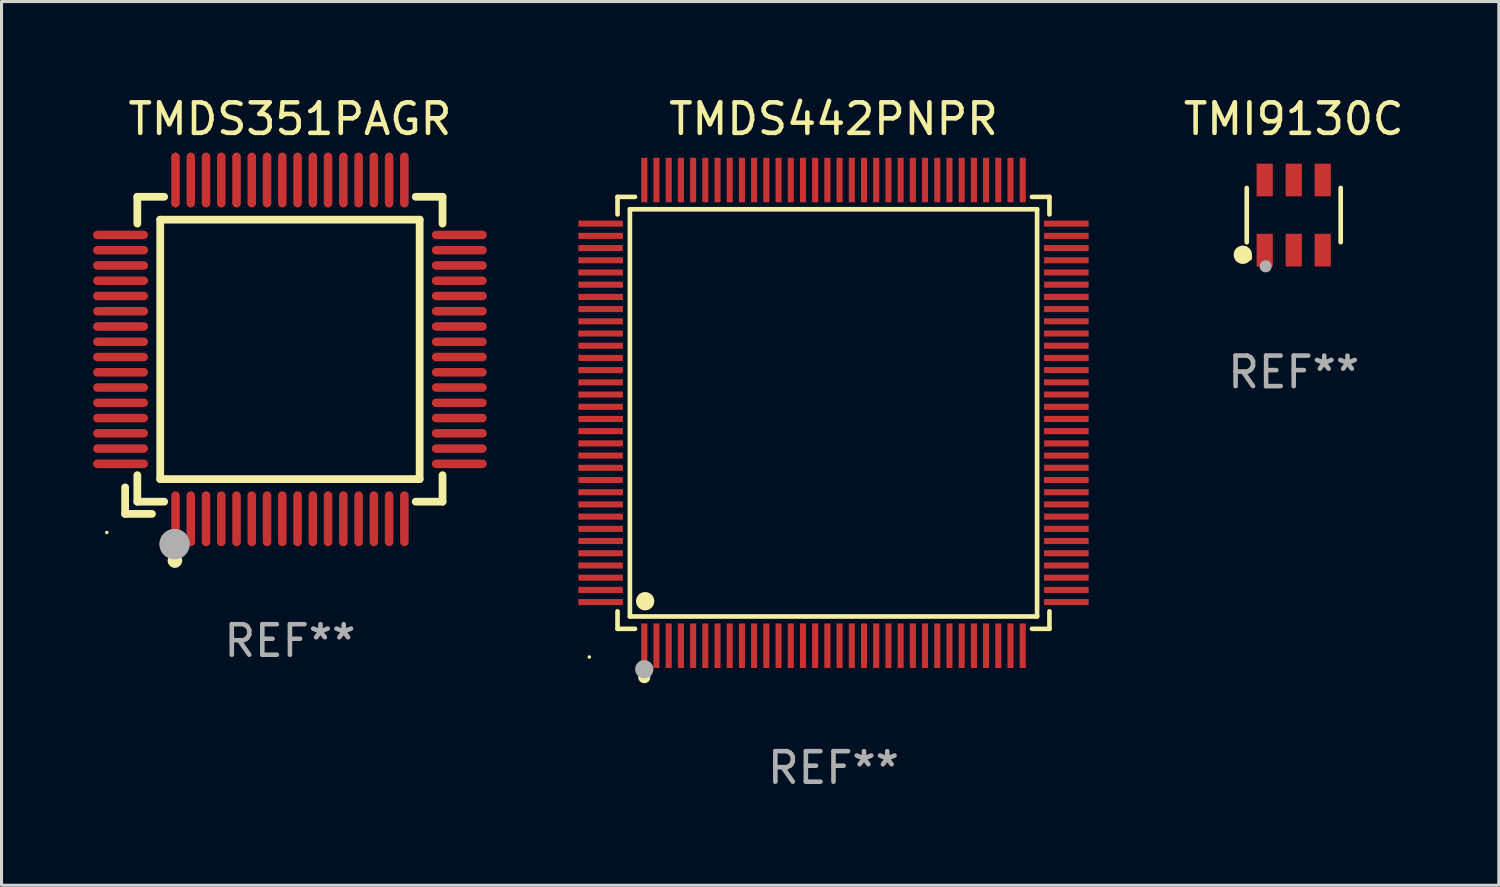
<source format=kicad_pcb>
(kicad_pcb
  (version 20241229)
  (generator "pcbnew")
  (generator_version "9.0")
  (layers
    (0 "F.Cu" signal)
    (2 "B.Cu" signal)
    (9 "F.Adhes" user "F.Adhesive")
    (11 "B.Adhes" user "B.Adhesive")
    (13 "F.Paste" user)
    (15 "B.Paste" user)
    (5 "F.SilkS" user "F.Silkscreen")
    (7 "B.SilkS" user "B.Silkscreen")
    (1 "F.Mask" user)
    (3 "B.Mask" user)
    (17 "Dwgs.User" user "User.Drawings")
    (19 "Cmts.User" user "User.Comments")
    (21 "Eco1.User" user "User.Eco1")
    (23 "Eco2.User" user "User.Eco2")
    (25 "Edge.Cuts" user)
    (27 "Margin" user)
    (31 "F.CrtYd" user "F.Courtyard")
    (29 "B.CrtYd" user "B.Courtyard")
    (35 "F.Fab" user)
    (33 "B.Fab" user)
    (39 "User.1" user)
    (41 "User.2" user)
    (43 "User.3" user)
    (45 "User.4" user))
  (footprint "TMDS351PAGR"
    (layer "F.Cu")
    (at 6.45 8.398)
    (property "Reference" "TMDS351PAGR" (at 0 -7.55 0) (layer "F.SilkS") (effects (font (size 1 1) (thickness 0.15))))
    (attr through_hole)
    (fp_line (start -5.4 4.521) (end -5.4 5.39) (stroke (width 0.254) (type solid)) (layer "F.SilkS"))
    (fp_line (start -5.4 5.39) (end -4.521 5.39) (stroke (width 0.254) (type solid)) (layer "F.SilkS"))
    (fp_line (start -5 -5) (end -5 -4.121) (stroke (width 0.254) (type solid)) (layer "F.SilkS"))
    (fp_line (start -5 4.121) (end -5 4.99) (stroke (width 0.254) (type solid)) (layer "F.SilkS"))
    (fp_line (start -5 4.99) (end -4.121 4.99) (stroke (width 0.254) (type solid)) (layer "F.SilkS"))
    (fp_line (start -4.25 -4.25) (end -4.25 4.25) (stroke (width 0.254) (type solid)) (layer "F.SilkS"))
    (fp_line (start -4.25 4.25) (end 4.25 4.25) (stroke (width 0.254) (type solid)) (layer "F.SilkS"))
    (fp_line (start -4.121 -5) (end -5 -5) (stroke (width 0.254) (type solid)) (layer "F.SilkS"))
    (fp_line (start 4.121 4.99) (end 5 4.99) (stroke (width 0.254) (type solid)) (layer "F.SilkS"))
    (fp_line (start 4.25 -4.25) (end -4.25 -4.25) (stroke (width 0.254) (type solid)) (layer "F.SilkS"))
    (fp_line (start 4.25 4.25) (end 4.25 -4.25) (stroke (width 0.254) (type solid)) (layer "F.SilkS"))
    (fp_line (start 5 -5) (end 4.121 -5) (stroke (width 0.254) (type solid)) (layer "F.SilkS"))
    (fp_line (start 5 -4.121) (end 5 -5) (stroke (width 0.254) (type solid)) (layer "F.SilkS"))
    (fp_line (start 5 4.99) (end 5 4.121) (stroke (width 0.254) (type solid)) (layer "F.SilkS"))
    (fp_circle (center -6 6) (end -5.97 6) (stroke (width 0.06) (type solid)) (fill no) (layer "F.SilkS"))
    (fp_circle (center -3.77 6.92) (end -3.65 6.92) (stroke (width 0.24) (type solid)) (fill no) (layer "F.SilkS"))
    (fp_circle (center -3.78 6.38) (end -3.53 6.38) (stroke (width 0.5) (type solid)) (fill no) (layer "F.Fab"))
    (fp_text user "REF**" (at 0 9.55 0) (layer "F.Fab") (effects (font (size 1 1) (thickness 0.15))))
    (pad "1" smd oval (at -3.75 5.55) (size 0.28 1.8) (layers "F.Cu" "F.Mask" "F.Paste"))
    (pad "2" smd oval (at -3.25 5.55) (size 0.28 1.8) (layers "F.Cu" "F.Mask" "F.Paste"))
    (pad "3" smd oval (at -2.75 5.55) (size 0.28 1.8) (layers "F.Cu" "F.Mask" "F.Paste"))
    (pad "4" smd oval (at -2.25 5.55) (size 0.28 1.8) (layers "F.Cu" "F.Mask" "F.Paste"))
    (pad "5" smd oval (at -1.75 5.55) (size 0.28 1.8) (layers "F.Cu" "F.Mask" "F.Paste"))
    (pad "6" smd oval (at -1.25 5.55) (size 0.28 1.8) (layers "F.Cu" "F.Mask" "F.Paste"))
    (pad "7" smd oval (at -0.75 5.55) (size 0.28 1.8) (layers "F.Cu" "F.Mask" "F.Paste"))
    (pad "8" smd oval (at -0.25 5.55) (size 0.28 1.8) (layers "F.Cu" "F.Mask" "F.Paste"))
    (pad "9" smd oval (at 0.25 5.55) (size 0.28 1.8) (layers "F.Cu" "F.Mask" "F.Paste"))
    (pad "10" smd oval (at 0.75 5.55) (size 0.28 1.8) (layers "F.Cu" "F.Mask" "F.Paste"))
    (pad "11" smd oval (at 1.25 5.55) (size 0.28 1.8) (layers "F.Cu" "F.Mask" "F.Paste"))
    (pad "12" smd oval (at 1.75 5.55) (size 0.28 1.8) (layers "F.Cu" "F.Mask" "F.Paste"))
    (pad "13" smd oval (at 2.25 5.55) (size 0.28 1.8) (layers "F.Cu" "F.Mask" "F.Paste"))
    (pad "14" smd oval (at 2.75 5.55) (size 0.28 1.8) (layers "F.Cu" "F.Mask" "F.Paste"))
    (pad "15" smd oval (at 3.25 5.55) (size 0.28 1.8) (layers "F.Cu" "F.Mask" "F.Paste"))
    (pad "16" smd oval (at 3.75 5.55) (size 0.28 1.8) (layers "F.Cu" "F.Mask" "F.Paste"))
    (pad "17" smd oval (at 5.55 3.75) (size 1.8 0.28) (layers "F.Cu" "F.Mask" "F.Paste"))
    (pad "18" smd oval (at 5.55 3.25) (size 1.8 0.28) (layers "F.Cu" "F.Mask" "F.Paste"))
    (pad "19" smd oval (at 5.55 2.75) (size 1.8 0.28) (layers "F.Cu" "F.Mask" "F.Paste"))
    (pad "20" smd oval (at 5.55 2.25) (size 1.8 0.28) (layers "F.Cu" "F.Mask" "F.Paste"))
    (pad "21" smd oval (at 5.55 1.75) (size 1.8 0.28) (layers "F.Cu" "F.Mask" "F.Paste"))
    (pad "22" smd oval (at 5.55 1.25) (size 1.8 0.28) (layers "F.Cu" "F.Mask" "F.Paste"))
    (pad "23" smd oval (at 5.55 0.75) (size 1.8 0.28) (layers "F.Cu" "F.Mask" "F.Paste"))
    (pad "24" smd oval (at 5.55 0.25) (size 1.8 0.28) (layers "F.Cu" "F.Mask" "F.Paste"))
    (pad "25" smd oval (at 5.55 -0.25) (size 1.8 0.28) (layers "F.Cu" "F.Mask" "F.Paste"))
    (pad "26" smd oval (at 5.55 -0.75) (size 1.8 0.28) (layers "F.Cu" "F.Mask" "F.Paste"))
    (pad "27" smd oval (at 5.55 -1.25) (size 1.8 0.28) (layers "F.Cu" "F.Mask" "F.Paste"))
    (pad "28" smd oval (at 5.55 -1.75) (size 1.8 0.28) (layers "F.Cu" "F.Mask" "F.Paste"))
    (pad "29" smd oval (at 5.55 -2.25) (size 1.8 0.28) (layers "F.Cu" "F.Mask" "F.Paste"))
    (pad "30" smd oval (at 5.55 -2.75) (size 1.8 0.28) (layers "F.Cu" "F.Mask" "F.Paste"))
    (pad "31" smd oval (at 5.55 -3.25) (size 1.8 0.28) (layers "F.Cu" "F.Mask" "F.Paste"))
    (pad "32" smd oval (at 5.55 -3.75) (size 1.8 0.28) (layers "F.Cu" "F.Mask" "F.Paste"))
    (pad "33" smd oval (at 3.75 -5.55) (size 0.28 1.8) (layers "F.Cu" "F.Mask" "F.Paste"))
    (pad "34" smd oval (at 3.25 -5.55) (size 0.28 1.8) (layers "F.Cu" "F.Mask" "F.Paste"))
    (pad "35" smd oval (at 2.75 -5.55) (size 0.28 1.8) (layers "F.Cu" "F.Mask" "F.Paste"))
    (pad "36" smd oval (at 2.25 -5.55) (size 0.28 1.8) (layers "F.Cu" "F.Mask" "F.Paste"))
    (pad "37" smd oval (at 1.75 -5.55) (size 0.28 1.8) (layers "F.Cu" "F.Mask" "F.Paste"))
    (pad "38" smd oval (at 1.25 -5.55) (size 0.28 1.8) (layers "F.Cu" "F.Mask" "F.Paste"))
    (pad "39" smd oval (at 0.75 -5.55) (size 0.28 1.8) (layers "F.Cu" "F.Mask" "F.Paste"))
    (pad "40" smd oval (at 0.25 -5.55) (size 0.28 1.8) (layers "F.Cu" "F.Mask" "F.Paste"))
    (pad "41" smd oval (at -0.25 -5.55) (size 0.28 1.8) (layers "F.Cu" "F.Mask" "F.Paste"))
    (pad "42" smd oval (at -0.75 -5.55) (size 0.28 1.8) (layers "F.Cu" "F.Mask" "F.Paste"))
    (pad "43" smd oval (at -1.25 -5.55) (size 0.28 1.8) (layers "F.Cu" "F.Mask" "F.Paste"))
    (pad "44" smd oval (at -1.75 -5.55) (size 0.28 1.8) (layers "F.Cu" "F.Mask" "F.Paste"))
    (pad "45" smd oval (at -2.25 -5.55) (size 0.28 1.8) (layers "F.Cu" "F.Mask" "F.Paste"))
    (pad "46" smd oval (at -2.75 -5.55) (size 0.28 1.8) (layers "F.Cu" "F.Mask" "F.Paste"))
    (pad "47" smd oval (at -3.25 -5.55) (size 0.28 1.8) (layers "F.Cu" "F.Mask" "F.Paste"))
    (pad "48" smd oval (at -3.75 -5.55) (size 0.28 1.8) (layers "F.Cu" "F.Mask" "F.Paste"))
    (pad "49" smd oval (at -5.55 -3.75) (size 1.8 0.28) (layers "F.Cu" "F.Mask" "F.Paste"))
    (pad "50" smd oval (at -5.55 -3.25) (size 1.8 0.28) (layers "F.Cu" "F.Mask" "F.Paste"))
    (pad "51" smd oval (at -5.55 -2.75) (size 1.8 0.28) (layers "F.Cu" "F.Mask" "F.Paste"))
    (pad "52" smd oval (at -5.55 -2.25) (size 1.8 0.28) (layers "F.Cu" "F.Mask" "F.Paste"))
    (pad "53" smd oval (at -5.55 -1.75) (size 1.8 0.28) (layers "F.Cu" "F.Mask" "F.Paste"))
    (pad "54" smd oval (at -5.55 -1.25) (size 1.8 0.28) (layers "F.Cu" "F.Mask" "F.Paste"))
    (pad "55" smd oval (at -5.55 -0.75) (size 1.8 0.28) (layers "F.Cu" "F.Mask" "F.Paste"))
    (pad "56" smd oval (at -5.55 -0.25) (size 1.8 0.28) (layers "F.Cu" "F.Mask" "F.Paste"))
    (pad "57" smd oval (at -5.55 0.25) (size 1.8 0.28) (layers "F.Cu" "F.Mask" "F.Paste"))
    (pad "58" smd oval (at -5.55 0.75) (size 1.8 0.28) (layers "F.Cu" "F.Mask" "F.Paste"))
    (pad "59" smd oval (at -5.55 1.25) (size 1.8 0.28) (layers "F.Cu" "F.Mask" "F.Paste"))
    (pad "60" smd oval (at -5.55 1.75) (size 1.8 0.28) (layers "F.Cu" "F.Mask" "F.Paste"))
    (pad "61" smd oval (at -5.55 2.25) (size 1.8 0.28) (layers "F.Cu" "F.Mask" "F.Paste"))
    (pad "62" smd oval (at -5.55 2.75) (size 1.8 0.28) (layers "F.Cu" "F.Mask" "F.Paste"))
    (pad "63" smd oval (at -5.55 3.25) (size 1.8 0.28) (layers "F.Cu" "F.Mask" "F.Paste"))
    (pad "64" smd oval (at -5.55 3.75) (size 1.8 0.28) (layers "F.Cu" "F.Mask" "F.Paste")))
  (footprint "TMDS442PNPR"
    (layer "F.Cu")
    (at 24.26 10.478)
    (property "Reference" "TMDS442PNPR" (at 0 -9.63 0) (layer "F.SilkS") (effects (font (size 1 1) (thickness 0.15))))
    (attr through_hole)
    (fp_line (start -7.076 -7.076) (end -6.503 -7.076) (stroke (width 0.152) (type solid)) (layer "F.SilkS"))
    (fp_line (start -7.076 -6.503) (end -7.076 -7.076) (stroke (width 0.152) (type solid)) (layer "F.SilkS"))
    (fp_line (start -7.076 6.503) (end -7.076 7.076) (stroke (width 0.152) (type solid)) (layer "F.SilkS"))
    (fp_line (start -7.076 7.076) (end -6.503 7.076) (stroke (width 0.152) (type solid)) (layer "F.SilkS"))
    (fp_line (start -6.671 -6.671) (end 6.671 -6.671) (stroke (width 0.152) (type solid)) (layer "F.SilkS"))
    (fp_line (start -6.671 6.671) (end -6.671 -6.671) (stroke (width 0.152) (type solid)) (layer "F.SilkS"))
    (fp_line (start 6.671 -6.671) (end 6.671 6.671) (stroke (width 0.152) (type solid)) (layer "F.SilkS"))
    (fp_line (start 6.671 6.671) (end -6.671 6.671) (stroke (width 0.152) (type solid)) (layer "F.SilkS"))
    (fp_line (start 7.076 -7.076) (end 6.503 -7.076) (stroke (width 0.152) (type solid)) (layer "F.SilkS"))
    (fp_line (start 7.076 -6.503) (end 7.076 -7.076) (stroke (width 0.152) (type solid)) (layer "F.SilkS"))
    (fp_line (start 7.076 6.503) (end 7.076 7.076) (stroke (width 0.152) (type solid)) (layer "F.SilkS"))
    (fp_line (start 7.076 7.076) (end 6.503 7.076) (stroke (width 0.152) (type solid)) (layer "F.SilkS"))
    (fp_circle (center -8 8) (end -7.97 8) (stroke (width 0.06) (type solid)) (fill no) (layer "F.SilkS"))
    (fp_circle (center -6.2 8.66) (end -6.1 8.66) (stroke (width 0.2) (type solid)) (fill no) (layer "F.SilkS"))
    (fp_circle (center -6.171 6.171) (end -6.021 6.171) (stroke (width 0.3) (type solid)) (fill no) (layer "F.SilkS"))
    (fp_circle (center -6.2 8.4) (end -6.05 8.4) (stroke (width 0.3) (type solid)) (fill no) (layer "F.Fab"))
    (fp_text user "REF**" (at 0 11.63 0) (layer "F.Fab") (effects (font (size 1 1) (thickness 0.15))))
    (pad "1" smd rect (at -6.2 7.63) (size 0.2 1.46) (layers "F.Cu" "F.Mask" "F.Paste"))
    (pad "2" smd rect (at -5.8 7.63) (size 0.2 1.46) (layers "F.Cu" "F.Mask" "F.Paste"))
    (pad "3" smd rect (at -5.4 7.63) (size 0.2 1.46) (layers "F.Cu" "F.Mask" "F.Paste"))
    (pad "4" smd rect (at -5 7.63) (size 0.2 1.46) (layers "F.Cu" "F.Mask" "F.Paste"))
    (pad "5" smd rect (at -4.6 7.63) (size 0.2 1.46) (layers "F.Cu" "F.Mask" "F.Paste"))
    (pad "6" smd rect (at -4.2 7.63) (size 0.2 1.46) (layers "F.Cu" "F.Mask" "F.Paste"))
    (pad "7" smd rect (at -3.8 7.63) (size 0.2 1.46) (layers "F.Cu" "F.Mask" "F.Paste"))
    (pad "8" smd rect (at -3.4 7.63) (size 0.2 1.46) (layers "F.Cu" "F.Mask" "F.Paste"))
    (pad "9" smd rect (at -3 7.63) (size 0.2 1.46) (layers "F.Cu" "F.Mask" "F.Paste"))
    (pad "10" smd rect (at -2.6 7.63) (size 0.2 1.46) (layers "F.Cu" "F.Mask" "F.Paste"))
    (pad "11" smd rect (at -2.2 7.63) (size 0.2 1.46) (layers "F.Cu" "F.Mask" "F.Paste"))
    (pad "12" smd rect (at -1.8 7.63) (size 0.2 1.46) (layers "F.Cu" "F.Mask" "F.Paste"))
    (pad "13" smd rect (at -1.4 7.63) (size 0.2 1.46) (layers "F.Cu" "F.Mask" "F.Paste"))
    (pad "14" smd rect (at -1 7.63) (size 0.2 1.46) (layers "F.Cu" "F.Mask" "F.Paste"))
    (pad "15" smd rect (at -0.6 7.63) (size 0.2 1.46) (layers "F.Cu" "F.Mask" "F.Paste"))
    (pad "16" smd rect (at -0.2 7.63) (size 0.2 1.46) (layers "F.Cu" "F.Mask" "F.Paste"))
    (pad "17" smd rect (at 0.2 7.63) (size 0.2 1.46) (layers "F.Cu" "F.Mask" "F.Paste"))
    (pad "18" smd rect (at 0.6 7.63) (size 0.2 1.46) (layers "F.Cu" "F.Mask" "F.Paste"))
    (pad "19" smd rect (at 1 7.63) (size 0.2 1.46) (layers "F.Cu" "F.Mask" "F.Paste"))
    (pad "20" smd rect (at 1.4 7.63) (size 0.2 1.46) (layers "F.Cu" "F.Mask" "F.Paste"))
    (pad "21" smd rect (at 1.8 7.63) (size 0.2 1.46) (layers "F.Cu" "F.Mask" "F.Paste"))
    (pad "22" smd rect (at 2.2 7.63) (size 0.2 1.46) (layers "F.Cu" "F.Mask" "F.Paste"))
    (pad "23" smd rect (at 2.6 7.63) (size 0.2 1.46) (layers "F.Cu" "F.Mask" "F.Paste"))
    (pad "24" smd rect (at 3 7.63) (size 0.2 1.46) (layers "F.Cu" "F.Mask" "F.Paste"))
    (pad "25" smd rect (at 3.4 7.63) (size 0.2 1.46) (layers "F.Cu" "F.Mask" "F.Paste"))
    (pad "26" smd rect (at 3.8 7.63) (size 0.2 1.46) (layers "F.Cu" "F.Mask" "F.Paste"))
    (pad "27" smd rect (at 4.2 7.63) (size 0.2 1.46) (layers "F.Cu" "F.Mask" "F.Paste"))
    (pad "28" smd rect (at 4.6 7.63) (size 0.2 1.46) (layers "F.Cu" "F.Mask" "F.Paste"))
    (pad "29" smd rect (at 5 7.63) (size 0.2 1.46) (layers "F.Cu" "F.Mask" "F.Paste"))
    (pad "30" smd rect (at 5.4 7.63) (size 0.2 1.46) (layers "F.Cu" "F.Mask" "F.Paste"))
    (pad "31" smd rect (at 5.8 7.63) (size 0.2 1.46) (layers "F.Cu" "F.Mask" "F.Paste"))
    (pad "32" smd rect (at 6.2 7.63) (size 0.2 1.46) (layers "F.Cu" "F.Mask" "F.Paste"))
    (pad "33" smd rect (at 7.63 6.2) (size 1.46 0.2) (layers "F.Cu" "F.Mask" "F.Paste"))
    (pad "34" smd rect (at 7.63 5.8) (size 1.46 0.2) (layers "F.Cu" "F.Mask" "F.Paste"))
    (pad "35" smd rect (at 7.63 5.4) (size 1.46 0.2) (layers "F.Cu" "F.Mask" "F.Paste"))
    (pad "36" smd rect (at 7.63 5) (size 1.46 0.2) (layers "F.Cu" "F.Mask" "F.Paste"))
    (pad "37" smd rect (at 7.63 4.6) (size 1.46 0.2) (layers "F.Cu" "F.Mask" "F.Paste"))
    (pad "38" smd rect (at 7.63 4.2) (size 1.46 0.2) (layers "F.Cu" "F.Mask" "F.Paste"))
    (pad "39" smd rect (at 7.63 3.8) (size 1.46 0.2) (layers "F.Cu" "F.Mask" "F.Paste"))
    (pad "40" smd rect (at 7.63 3.4) (size 1.46 0.2) (layers "F.Cu" "F.Mask" "F.Paste"))
    (pad "41" smd rect (at 7.63 3) (size 1.46 0.2) (layers "F.Cu" "F.Mask" "F.Paste"))
    (pad "42" smd rect (at 7.63 2.6) (size 1.46 0.2) (layers "F.Cu" "F.Mask" "F.Paste"))
    (pad "43" smd rect (at 7.63 2.2) (size 1.46 0.2) (layers "F.Cu" "F.Mask" "F.Paste"))
    (pad "44" smd rect (at 7.63 1.8) (size 1.46 0.2) (layers "F.Cu" "F.Mask" "F.Paste"))
    (pad "45" smd rect (at 7.63 1.4) (size 1.46 0.2) (layers "F.Cu" "F.Mask" "F.Paste"))
    (pad "46" smd rect (at 7.63 1) (size 1.46 0.2) (layers "F.Cu" "F.Mask" "F.Paste"))
    (pad "47" smd rect (at 7.63 0.6) (size 1.46 0.2) (layers "F.Cu" "F.Mask" "F.Paste"))
    (pad "48" smd rect (at 7.63 0.2) (size 1.46 0.2) (layers "F.Cu" "F.Mask" "F.Paste"))
    (pad "49" smd rect (at 7.63 -0.2) (size 1.46 0.2) (layers "F.Cu" "F.Mask" "F.Paste"))
    (pad "50" smd rect (at 7.63 -0.6) (size 1.46 0.2) (layers "F.Cu" "F.Mask" "F.Paste"))
    (pad "51" smd rect (at 7.63 -1) (size 1.46 0.2) (layers "F.Cu" "F.Mask" "F.Paste"))
    (pad "52" smd rect (at 7.63 -1.4) (size 1.46 0.2) (layers "F.Cu" "F.Mask" "F.Paste"))
    (pad "53" smd rect (at 7.63 -1.8) (size 1.46 0.2) (layers "F.Cu" "F.Mask" "F.Paste"))
    (pad "54" smd rect (at 7.63 -2.2) (size 1.46 0.2) (layers "F.Cu" "F.Mask" "F.Paste"))
    (pad "55" smd rect (at 7.63 -2.6) (size 1.46 0.2) (layers "F.Cu" "F.Mask" "F.Paste"))
    (pad "56" smd rect (at 7.63 -3) (size 1.46 0.2) (layers "F.Cu" "F.Mask" "F.Paste"))
    (pad "57" smd rect (at 7.63 -3.4) (size 1.46 0.2) (layers "F.Cu" "F.Mask" "F.Paste"))
    (pad "58" smd rect (at 7.63 -3.8) (size 1.46 0.2) (layers "F.Cu" "F.Mask" "F.Paste"))
    (pad "59" smd rect (at 7.63 -4.2) (size 1.46 0.2) (layers "F.Cu" "F.Mask" "F.Paste"))
    (pad "60" smd rect (at 7.63 -4.6) (size 1.46 0.2) (layers "F.Cu" "F.Mask" "F.Paste"))
    (pad "61" smd rect (at 7.63 -5) (size 1.46 0.2) (layers "F.Cu" "F.Mask" "F.Paste"))
    (pad "62" smd rect (at 7.63 -5.4) (size 1.46 0.2) (layers "F.Cu" "F.Mask" "F.Paste"))
    (pad "63" smd rect (at 7.63 -5.8) (size 1.46 0.2) (layers "F.Cu" "F.Mask" "F.Paste"))
    (pad "64" smd rect (at 7.63 -6.2) (size 1.46 0.2) (layers "F.Cu" "F.Mask" "F.Paste"))
    (pad "65" smd rect (at 6.2 -7.63) (size 0.2 1.46) (layers "F.Cu" "F.Mask" "F.Paste"))
    (pad "66" smd rect (at 5.8 -7.63) (size 0.2 1.46) (layers "F.Cu" "F.Mask" "F.Paste"))
    (pad "67" smd rect (at 5.4 -7.63) (size 0.2 1.46) (layers "F.Cu" "F.Mask" "F.Paste"))
    (pad "68" smd rect (at 5 -7.63) (size 0.2 1.46) (layers "F.Cu" "F.Mask" "F.Paste"))
    (pad "69" smd rect (at 4.6 -7.63) (size 0.2 1.46) (layers "F.Cu" "F.Mask" "F.Paste"))
    (pad "70" smd rect (at 4.2 -7.63) (size 0.2 1.46) (layers "F.Cu" "F.Mask" "F.Paste"))
    (pad "71" smd rect (at 3.8 -7.63) (size 0.2 1.46) (layers "F.Cu" "F.Mask" "F.Paste"))
    (pad "72" smd rect (at 3.4 -7.63) (size 0.2 1.46) (layers "F.Cu" "F.Mask" "F.Paste"))
    (pad "73" smd rect (at 3 -7.63) (size 0.2 1.46) (layers "F.Cu" "F.Mask" "F.Paste"))
    (pad "74" smd rect (at 2.6 -7.63) (size 0.2 1.46) (layers "F.Cu" "F.Mask" "F.Paste"))
    (pad "75" smd rect (at 2.2 -7.63) (size 0.2 1.46) (layers "F.Cu" "F.Mask" "F.Paste"))
    (pad "76" smd rect (at 1.8 -7.63) (size 0.2 1.46) (layers "F.Cu" "F.Mask" "F.Paste"))
    (pad "77" smd rect (at 1.4 -7.63) (size 0.2 1.46) (layers "F.Cu" "F.Mask" "F.Paste"))
    (pad "78" smd rect (at 1 -7.63) (size 0.2 1.46) (layers "F.Cu" "F.Mask" "F.Paste"))
    (pad "79" smd rect (at 0.6 -7.63) (size 0.2 1.46) (layers "F.Cu" "F.Mask" "F.Paste"))
    (pad "80" smd rect (at 0.2 -7.63) (size 0.2 1.46) (layers "F.Cu" "F.Mask" "F.Paste"))
    (pad "81" smd rect (at -0.2 -7.63) (size 0.2 1.46) (layers "F.Cu" "F.Mask" "F.Paste"))
    (pad "82" smd rect (at -0.6 -7.63) (size 0.2 1.46) (layers "F.Cu" "F.Mask" "F.Paste"))
    (pad "83" smd rect (at -1 -7.63) (size 0.2 1.46) (layers "F.Cu" "F.Mask" "F.Paste"))
    (pad "84" smd rect (at -1.4 -7.63) (size 0.2 1.46) (layers "F.Cu" "F.Mask" "F.Paste"))
    (pad "85" smd rect (at -1.8 -7.63) (size 0.2 1.46) (layers "F.Cu" "F.Mask" "F.Paste"))
    (pad "86" smd rect (at -2.2 -7.63) (size 0.2 1.46) (layers "F.Cu" "F.Mask" "F.Paste"))
    (pad "87" smd rect (at -2.6 -7.63) (size 0.2 1.46) (layers "F.Cu" "F.Mask" "F.Paste"))
    (pad "88" smd rect (at -3 -7.63) (size 0.2 1.46) (layers "F.Cu" "F.Mask" "F.Paste"))
    (pad "89" smd rect (at -3.4 -7.63) (size 0.2 1.46) (layers "F.Cu" "F.Mask" "F.Paste"))
    (pad "90" smd rect (at -3.8 -7.63) (size 0.2 1.46) (layers "F.Cu" "F.Mask" "F.Paste"))
    (pad "91" smd rect (at -4.2 -7.63) (size 0.2 1.46) (layers "F.Cu" "F.Mask" "F.Paste"))
    (pad "92" smd rect (at -4.6 -7.63) (size 0.2 1.46) (layers "F.Cu" "F.Mask" "F.Paste"))
    (pad "93" smd rect (at -5 -7.63) (size 0.2 1.46) (layers "F.Cu" "F.Mask" "F.Paste"))
    (pad "94" smd rect (at -5.4 -7.63) (size 0.2 1.46) (layers "F.Cu" "F.Mask" "F.Paste"))
    (pad "95" smd rect (at -5.8 -7.63) (size 0.2 1.46) (layers "F.Cu" "F.Mask" "F.Paste"))
    (pad "96" smd rect (at -6.2 -7.63) (size 0.2 1.46) (layers "F.Cu" "F.Mask" "F.Paste"))
    (pad "97" smd rect (at -7.63 -6.2) (size 1.46 0.2) (layers "F.Cu" "F.Mask" "F.Paste"))
    (pad "98" smd rect (at -7.63 -5.8) (size 1.46 0.2) (layers "F.Cu" "F.Mask" "F.Paste"))
    (pad "99" smd rect (at -7.63 -5.4) (size 1.46 0.2) (layers "F.Cu" "F.Mask" "F.Paste"))
    (pad "100" smd rect (at -7.63 -5) (size 1.46 0.2) (layers "F.Cu" "F.Mask" "F.Paste"))
    (pad "101" smd rect (at -7.63 -4.6) (size 1.46 0.2) (layers "F.Cu" "F.Mask" "F.Paste"))
    (pad "102" smd rect (at -7.63 -4.2) (size 1.46 0.2) (layers "F.Cu" "F.Mask" "F.Paste"))
    (pad "103" smd rect (at -7.63 -3.8) (size 1.46 0.2) (layers "F.Cu" "F.Mask" "F.Paste"))
    (pad "104" smd rect (at -7.63 -3.4) (size 1.46 0.2) (layers "F.Cu" "F.Mask" "F.Paste"))
    (pad "105" smd rect (at -7.63 -3) (size 1.46 0.2) (layers "F.Cu" "F.Mask" "F.Paste"))
    (pad "106" smd rect (at -7.63 -2.6) (size 1.46 0.2) (layers "F.Cu" "F.Mask" "F.Paste"))
    (pad "107" smd rect (at -7.63 -2.2) (size 1.46 0.2) (layers "F.Cu" "F.Mask" "F.Paste"))
    (pad "108" smd rect (at -7.63 -1.8) (size 1.46 0.2) (layers "F.Cu" "F.Mask" "F.Paste"))
    (pad "109" smd rect (at -7.63 -1.4) (size 1.46 0.2) (layers "F.Cu" "F.Mask" "F.Paste"))
    (pad "110" smd rect (at -7.63 -1) (size 1.46 0.2) (layers "F.Cu" "F.Mask" "F.Paste"))
    (pad "111" smd rect (at -7.63 -0.6) (size 1.46 0.2) (layers "F.Cu" "F.Mask" "F.Paste"))
    (pad "112" smd rect (at -7.63 -0.2) (size 1.46 0.2) (layers "F.Cu" "F.Mask" "F.Paste"))
    (pad "113" smd rect (at -7.63 0.2) (size 1.46 0.2) (layers "F.Cu" "F.Mask" "F.Paste"))
    (pad "114" smd rect (at -7.63 0.6) (size 1.46 0.2) (layers "F.Cu" "F.Mask" "F.Paste"))
    (pad "115" smd rect (at -7.63 1) (size 1.46 0.2) (layers "F.Cu" "F.Mask" "F.Paste"))
    (pad "116" smd rect (at -7.63 1.4) (size 1.46 0.2) (layers "F.Cu" "F.Mask" "F.Paste"))
    (pad "117" smd rect (at -7.63 1.8) (size 1.46 0.2) (layers "F.Cu" "F.Mask" "F.Paste"))
    (pad "118" smd rect (at -7.63 2.2) (size 1.46 0.2) (layers "F.Cu" "F.Mask" "F.Paste"))
    (pad "119" smd rect (at -7.63 2.6) (size 1.46 0.2) (layers "F.Cu" "F.Mask" "F.Paste"))
    (pad "120" smd rect (at -7.63 3) (size 1.46 0.2) (layers "F.Cu" "F.Mask" "F.Paste"))
    (pad "121" smd rect (at -7.63 3.4) (size 1.46 0.2) (layers "F.Cu" "F.Mask" "F.Paste"))
    (pad "122" smd rect (at -7.63 3.8) (size 1.46 0.2) (layers "F.Cu" "F.Mask" "F.Paste"))
    (pad "123" smd rect (at -7.63 4.2) (size 1.46 0.2) (layers "F.Cu" "F.Mask" "F.Paste"))
    (pad "124" smd rect (at -7.63 4.6) (size 1.46 0.2) (layers "F.Cu" "F.Mask" "F.Paste"))
    (pad "125" smd rect (at -7.63 5) (size 1.46 0.2) (layers "F.Cu" "F.Mask" "F.Paste"))
    (pad "126" smd rect (at -7.63 5.4) (size 1.46 0.2) (layers "F.Cu" "F.Mask" "F.Paste"))
    (pad "127" smd rect (at -7.63 5.8) (size 1.46 0.2) (layers "F.Cu" "F.Mask" "F.Paste"))
    (pad "128" smd rect (at -7.63 6.2) (size 1.46 0.2) (layers "F.Cu" "F.Mask" "F.Paste")))
  (footprint "TMI9130C"
    (layer "F.Cu")
    (at 39.34 3.997)
    (property "Reference" "TMI9130C" (at 0 -3.149 0) (layer "F.SilkS") (effects (font (size 1 1) (thickness 0.15))))
    (attr through_hole)
    (fp_line (start -1.539 0.889) (end -1.539 -0.889) (stroke (width 0.152) (type solid)) (layer "F.SilkS"))
    (fp_line (start 1.539 0.889) (end 1.539 -0.889) (stroke (width 0.152) (type solid)) (layer "F.SilkS"))
    (fp_circle (center -1.668 1.301) (end -1.518 1.301) (stroke (width 0.3) (type solid)) (fill no) (layer "F.SilkS"))
    (fp_circle (center -1.463 1.4) (end -1.413 1.4) (stroke (width 0.1) (type solid)) (fill no) (layer "F.SilkS"))
    (fp_circle (center -0.92 1.68) (end -0.82 1.68) (stroke (width 0.2) (type solid)) (fill no) (layer "F.Fab"))
    (fp_text user "REF**" (at 0 5.149 0) (layer "F.Fab") (effects (font (size 1 1) (thickness 0.15))))
    (pad "1" smd rect (at -0.95 1.149) (size 0.532 1.072) (layers "F.Cu" "F.Mask" "F.Paste"))
    (pad "2" smd rect (at 0 1.149) (size 0.532 1.072) (layers "F.Cu" "F.Mask" "F.Paste"))
    (pad "3" smd rect (at 0.95 1.149) (size 0.532 1.072) (layers "F.Cu" "F.Mask" "F.Paste"))
    (pad "4" smd rect (at 0.95 -1.149) (size 0.532 1.072) (layers "F.Cu" "F.Mask" "F.Paste"))
    (pad "5" smd rect (at 0 -1.149) (size 0.532 1.072) (layers "F.Cu" "F.Mask" "F.Paste"))
    (pad "6" smd rect (at -0.95 -1.149) (size 0.532 1.072) (layers "F.Cu" "F.Mask" "F.Paste")))
  (gr_rect
    (start -3 -3)
    (end 46.06 25.956)
    (stroke (width 0.1) (type default))
    (fill no)
    (layer "Edge.Cuts")))
</source>
